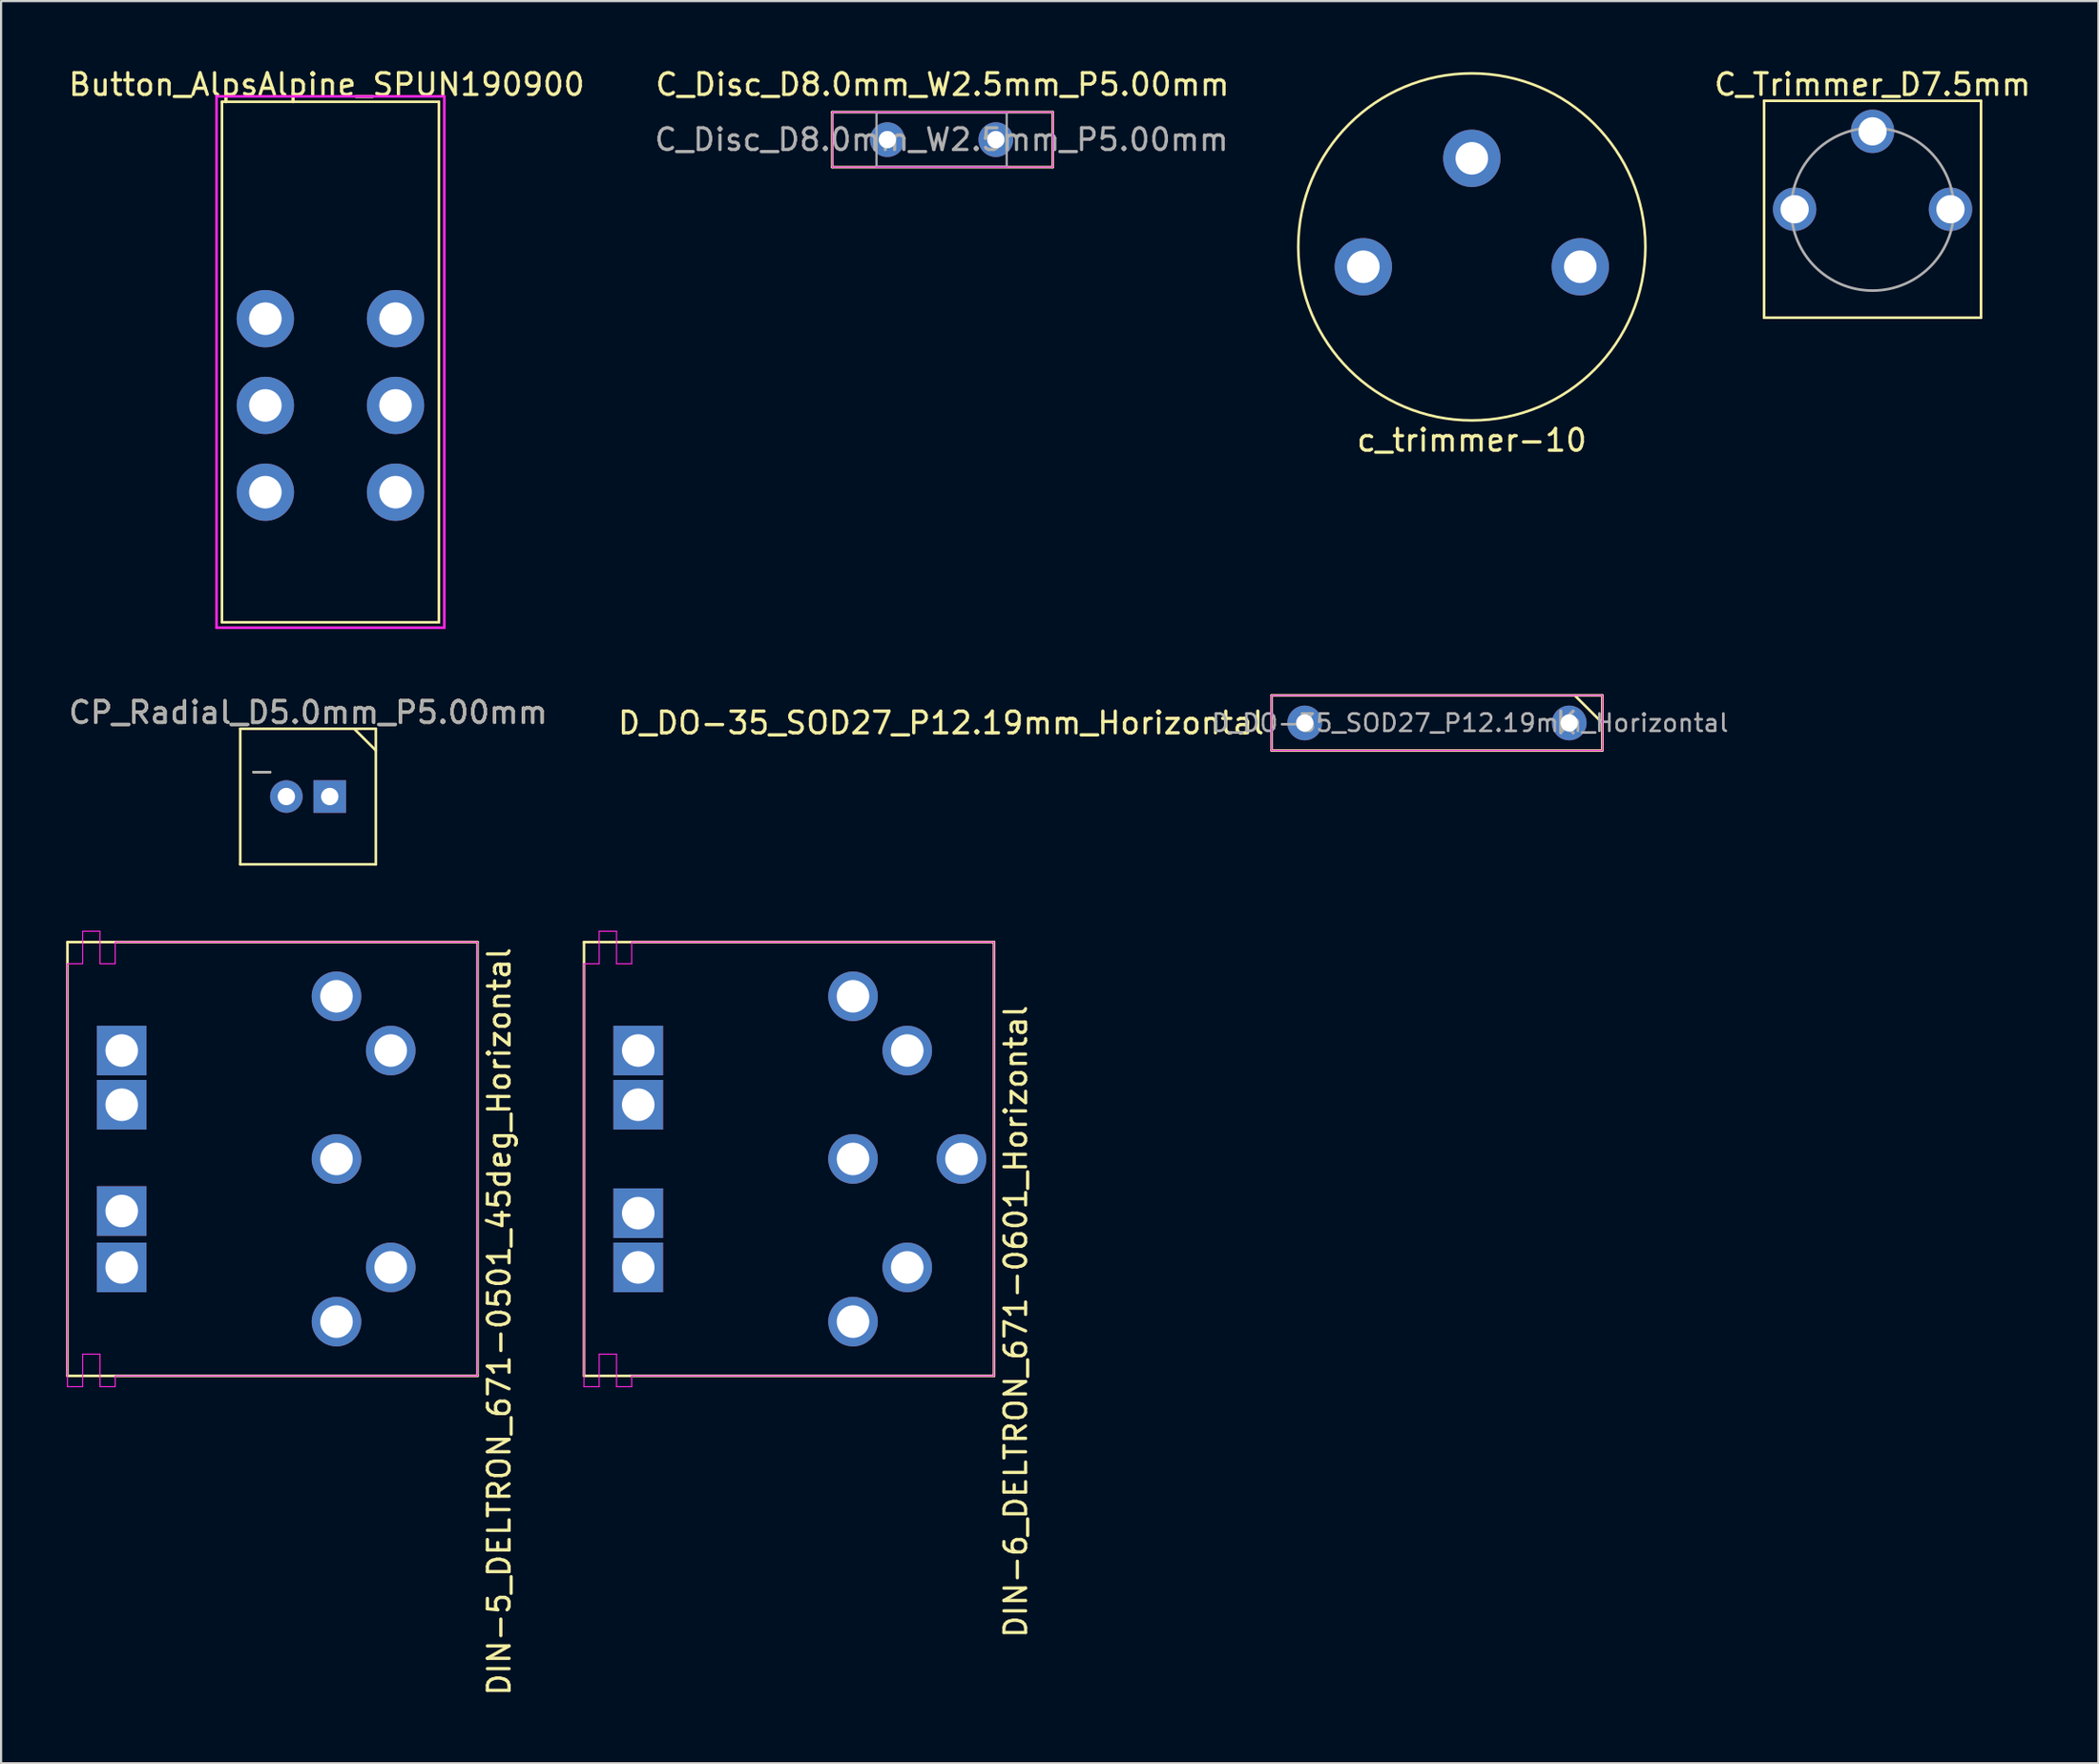
<source format=kicad_pcb>
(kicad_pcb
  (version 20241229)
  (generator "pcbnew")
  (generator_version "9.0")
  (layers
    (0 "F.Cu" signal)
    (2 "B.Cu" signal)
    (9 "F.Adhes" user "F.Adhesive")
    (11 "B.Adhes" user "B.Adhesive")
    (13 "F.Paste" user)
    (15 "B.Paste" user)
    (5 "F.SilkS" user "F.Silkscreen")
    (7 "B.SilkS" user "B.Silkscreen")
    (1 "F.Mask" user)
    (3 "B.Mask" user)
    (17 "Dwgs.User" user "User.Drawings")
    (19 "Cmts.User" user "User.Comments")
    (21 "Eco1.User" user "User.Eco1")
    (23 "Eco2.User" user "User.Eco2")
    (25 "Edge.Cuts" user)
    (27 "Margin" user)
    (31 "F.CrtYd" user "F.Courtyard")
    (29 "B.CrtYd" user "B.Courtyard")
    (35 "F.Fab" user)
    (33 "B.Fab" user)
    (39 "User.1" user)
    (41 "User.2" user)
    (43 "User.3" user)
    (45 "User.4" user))
  (footprint "D_DO-35_SOD27_P12.19mm_Horizontal"
    (layer "F.Cu")
    (at 57.088 30.283)
    (property "Reference" "D_DO-35_SOD27_P12.19mm_Horizontal" (at -1.778 0 0) (layer "F.SilkS") (effects (font (size 1 1) (thickness 0.15)) (justify right)))
    (attr through_hole)
    (fp_line (start -1.524 -1.27) (end -1.524 1.27) (stroke (width 0.12) (type solid)) (layer "F.SilkS"))
    (fp_line (start -1.524 -1.27) (end 13.716 -1.27) (stroke (width 0.12) (type solid)) (layer "F.SilkS"))
    (fp_line (start -1.524 1.27) (end 13.716 1.27) (stroke (width 0.12) (type solid)) (layer "F.SilkS"))
    (fp_line (start 13.716 -1.27) (end 13.716 1.27) (stroke (width 0.12) (type solid)) (layer "F.SilkS"))
    (fp_line (start 13.716 0) (end 12.446 -1.27) (stroke (width 0.12) (type solid)) (layer "F.SilkS"))
    (fp_line (start -1.524 -1.27) (end -1.524 1.27) (stroke (width 0.05) (type solid)) (layer "F.CrtYd"))
    (fp_line (start -1.524 1.27) (end 13.716 1.27) (stroke (width 0.05) (type solid)) (layer "F.CrtYd"))
    (fp_line (start 13.716 -1.27) (end -1.524 -1.27) (stroke (width 0.05) (type solid)) (layer "F.CrtYd"))
    (fp_line (start 13.716 1.27) (end 13.716 -1.27) (stroke (width 0.05) (type solid)) (layer "F.CrtYd"))
    (fp_text user "K" (at 12.065 0 180) (layer "F.Fab") (effects (font (size 1 1) (thickness 0.15))))
    (fp_text user "${REFERENCE}" (at 7.62 0 0) (layer "F.Fab") (effects (font (size 0.8 0.8) (thickness 0.12))))
    (pad "1" thru_hole circle (at 12.192 0) (size 1.6 1.6) (drill 0.8) (layers "*.Cu" "*.Mask"))
    (pad "2" thru_hole circle (at 0 0) (size 1.6 1.6) (drill 0.8) (layers "*.Cu" "*.Mask")))
  (footprint "DIN-5_DELTRON_671-0501_45deg_Horizontal"
    (layer "F.Cu")
    (at 12.46 57.886)
    (property "Reference" "DIN-5_DELTRON_671-0501_45deg_Horizontal" (at 7.5 0 90) (layer "F.SilkS") (effects (font (size 1 1) (thickness 0.15))))
    (attr through_hole)
    (fp_line (start -12.4 -17.5) (end -12.4 2.5) (stroke (width 0.12) (type solid)) (layer "F.SilkS"))
    (fp_line (start -12.4 2.5) (end 6.5 2.5) (stroke (width 0.12) (type solid)) (layer "F.SilkS"))
    (fp_line (start 6.5 -17.5) (end -12.4 -17.5) (stroke (width 0.12) (type solid)) (layer "F.SilkS"))
    (fp_line (start 6.5 2.5) (end 6.5 -17.5) (stroke (width 0.12) (type solid)) (layer "F.SilkS"))
    (fp_line (start -12.4 -16.5) (end -11.7 -16.5) (stroke (width 0.05) (type solid)) (layer "F.CrtYd"))
    (fp_line (start -12.4 3) (end -12.4 -16.5) (stroke (width 0.05) (type solid)) (layer "F.CrtYd"))
    (fp_line (start -12.4 3) (end -11.7 3) (stroke (width 0.05) (type solid)) (layer "F.CrtYd"))
    (fp_line (start -11.7 -18) (end -10.9 -18) (stroke (width 0.05) (type solid)) (layer "F.CrtYd"))
    (fp_line (start -11.7 -16.5) (end -11.7 -18) (stroke (width 0.05) (type solid)) (layer "F.CrtYd"))
    (fp_line (start -11.7 1.5) (end -10.9 1.5) (stroke (width 0.05) (type solid)) (layer "F.CrtYd"))
    (fp_line (start -11.7 3) (end -11.7 1.5) (stroke (width 0.05) (type solid)) (layer "F.CrtYd"))
    (fp_line (start -10.9 -18) (end -10.9 -16.5) (stroke (width 0.05) (type solid)) (layer "F.CrtYd"))
    (fp_line (start -10.9 -16.5) (end -10.2 -16.5) (stroke (width 0.05) (type solid)) (layer "F.CrtYd"))
    (fp_line (start -10.9 1.5) (end -10.9 3) (stroke (width 0.05) (type solid)) (layer "F.CrtYd"))
    (fp_line (start -10.9 3) (end -10.2 3) (stroke (width 0.05) (type solid)) (layer "F.CrtYd"))
    (fp_line (start -10.2 -17.5) (end 6.5 -17.5) (stroke (width 0.05) (type solid)) (layer "F.CrtYd"))
    (fp_line (start -10.2 -16.5) (end -10.2 -17.5) (stroke (width 0.05) (type solid)) (layer "F.CrtYd"))
    (fp_line (start -10.2 3) (end -10.2 2.5) (stroke (width 0.05) (type solid)) (layer "F.CrtYd"))
    (fp_line (start 6.5 -17.5) (end 6.5 2.5) (stroke (width 0.05) (type solid)) (layer "F.CrtYd"))
    (fp_line (start 6.5 2.5) (end -10.2 2.5) (stroke (width 0.05) (type solid)) (layer "F.CrtYd"))
    (pad "" thru_hole rect (at -9.9 -12.5) (size 2.286 2.286) (drill 1.5) (layers "*.Cu" "*.Mask"))
    (pad "" thru_hole rect (at -9.9 -10) (size 2.286 2.286) (drill 1.5) (layers "*.Cu" "*.Mask"))
    (pad "" thru_hole rect (at -9.9 -5.1) (size 2.286 2.286) (drill 1.5) (layers "*.Cu" "*.Mask"))
    (pad "" thru_hole rect (at -9.9 -2.5) (size 2.286 2.286) (drill 1.5) (layers "*.Cu" "*.Mask"))
    (pad "1" thru_hole circle (at 0 0) (size 2.286 2.286) (drill 1.5) (layers "*.Cu" "*.Mask"))
    (pad "2" thru_hole circle (at 0 -7.5) (size 2.286 2.286) (drill 1.5) (layers "*.Cu" "*.Mask"))
    (pad "3" thru_hole circle (at 0 -15) (size 2.286 2.286) (drill 1.5) (layers "*.Cu" "*.Mask"))
    (pad "4" thru_hole circle (at 2.5 -2.5) (size 2.286 2.286) (drill 1.5) (layers "*.Cu" "*.Mask"))
    (pad "5" thru_hole circle (at 2.5 -12.5 90) (size 2.286 2.286) (drill 1.5) (layers "*.Cu" "*.Mask")))
  (footprint "c_trimmer-10"
    (layer "F.Cu")
    (at 64.79 0.25)
    (property "Reference" "c_trimmer-10" (at 0 17 0) (layer "F.SilkS") (effects (font (size 1 1) (thickness 0.15))))
    (attr through_hole)
    (fp_circle (center 0 8.083) (end 8 8.083) (stroke (width 0.12) (type solid)) (fill no) (layer "F.SilkS"))
    (pad "1" thru_hole circle (at 0 4) (size 2.643 2.643) (drill 1.5) (layers "*.Cu" "*.Mask"))
    (pad "2" thru_hole circle (at -5 9) (size 2.643 2.643) (drill 1.5) (layers "*.Cu" "*.Mask"))
    (pad "3" thru_hole circle (at 5 9) (size 2.643 2.643) (drill 1.5) (layers "*.Cu" "*.Mask")))
  (footprint "DIN-6_DELTRON_671-0601_Horizontal"
    (layer "F.Cu")
    (at 36.268 57.886)
    (property "Reference" "DIN-6_DELTRON_671-0601_Horizontal" (at 7.5 0 90) (layer "F.SilkS") (effects (font (size 1 1) (thickness 0.15))))
    (attr through_hole)
    (fp_line (start -12.4 -17.5) (end -12.4 2.5) (stroke (width 0.12) (type solid)) (layer "F.SilkS"))
    (fp_line (start -12.4 2.5) (end 6.5 2.5) (stroke (width 0.12) (type solid)) (layer "F.SilkS"))
    (fp_line (start 6.5 -17.5) (end -12.4 -17.5) (stroke (width 0.12) (type solid)) (layer "F.SilkS"))
    (fp_line (start 6.5 2.5) (end 6.5 -17.5) (stroke (width 0.12) (type solid)) (layer "F.SilkS"))
    (fp_line (start -12.4 -16.5) (end -11.7 -16.5) (stroke (width 0.05) (type solid)) (layer "F.CrtYd"))
    (fp_line (start -12.4 3) (end -12.4 -16.5) (stroke (width 0.05) (type solid)) (layer "F.CrtYd"))
    (fp_line (start -12.4 3) (end -11.7 3) (stroke (width 0.05) (type solid)) (layer "F.CrtYd"))
    (fp_line (start -11.7 -18) (end -10.9 -18) (stroke (width 0.05) (type solid)) (layer "F.CrtYd"))
    (fp_line (start -11.7 -16.5) (end -11.7 -18) (stroke (width 0.05) (type solid)) (layer "F.CrtYd"))
    (fp_line (start -11.7 1.5) (end -10.9 1.5) (stroke (width 0.05) (type solid)) (layer "F.CrtYd"))
    (fp_line (start -11.7 3) (end -11.7 1.5) (stroke (width 0.05) (type solid)) (layer "F.CrtYd"))
    (fp_line (start -10.9 -18) (end -10.9 -16.5) (stroke (width 0.05) (type solid)) (layer "F.CrtYd"))
    (fp_line (start -10.9 -16.5) (end -10.2 -16.5) (stroke (width 0.05) (type solid)) (layer "F.CrtYd"))
    (fp_line (start -10.9 1.5) (end -10.9 3) (stroke (width 0.05) (type solid)) (layer "F.CrtYd"))
    (fp_line (start -10.9 3) (end -10.2 3) (stroke (width 0.05) (type solid)) (layer "F.CrtYd"))
    (fp_line (start -10.2 -17.5) (end 6.5 -17.5) (stroke (width 0.05) (type solid)) (layer "F.CrtYd"))
    (fp_line (start -10.2 -16.5) (end -10.2 -17.5) (stroke (width 0.05) (type solid)) (layer "F.CrtYd"))
    (fp_line (start -10.2 3) (end -10.2 2.5) (stroke (width 0.05) (type solid)) (layer "F.CrtYd"))
    (fp_line (start 6.5 -17.5) (end 6.5 2.5) (stroke (width 0.05) (type solid)) (layer "F.CrtYd"))
    (fp_line (start 6.5 2.5) (end -10.2 2.5) (stroke (width 0.05) (type solid)) (layer "F.CrtYd"))
    (pad "" thru_hole rect (at -9.9 -12.5) (size 2.286 2.286) (drill 1.5) (layers "*.Cu" "*.Mask"))
    (pad "" thru_hole rect (at -9.9 -10) (size 2.286 2.286) (drill 1.5) (layers "*.Cu" "*.Mask"))
    (pad "" thru_hole rect (at -9.9 -5) (size 2.286 2.286) (drill 1.5) (layers "*.Cu" "*.Mask"))
    (pad "" thru_hole rect (at -9.9 -2.5) (size 2.286 2.286) (drill 1.5) (layers "*.Cu" "*.Mask"))
    (pad "1" thru_hole circle (at 0 0) (size 2.286 2.286) (drill 1.5) (layers "*.Cu" "*.Mask"))
    (pad "2" thru_hole circle (at 2.5 -2.5) (size 2.286 2.286) (drill 1.5) (layers "*.Cu" "*.Mask"))
    (pad "3" thru_hole circle (at 0 -7.5) (size 2.286 2.286) (drill 1.5) (layers "*.Cu" "*.Mask"))
    (pad "4" thru_hole circle (at 2.5 -12.5 90) (size 2.286 2.286) (drill 1.5) (layers "*.Cu" "*.Mask"))
    (pad "5" thru_hole circle (at 0 -15) (size 2.286 2.286) (drill 1.5) (layers "*.Cu" "*.Mask"))
    (pad "6" thru_hole circle (at 5 -7.5) (size 2.286 2.286) (drill 1.5) (layers "*.Cu" "*.Mask")))
  (footprint "CP_Radial_D5.0mm_P5.00mm"
    (layer "F.Cu")
    (at 12.149 33.676)
    (property "Reference" "CP_Radial_D5.0mm_P5.00mm" (at -1 -3.875 0) (layer "F.SilkS") (effects (font (size 1 1) (thickness 0.15))))
    (attr through_hole)
    (fp_line (start -4.125 -3.125) (end 2.125 -3.125) (stroke (width 0.12) (type solid)) (layer "F.SilkS"))
    (fp_line (start -4.125 3.125) (end -4.125 -3.125) (stroke (width 0.12) (type solid)) (layer "F.SilkS"))
    (fp_line (start -3.512 -1.125) (end -2.75 -1.125) (stroke (width 0.12) (type solid)) (layer "F.SilkS"))
    (fp_line (start 1.125 -3.125) (end 2.125 -2.125) (stroke (width 0.12) (type solid)) (layer "F.SilkS"))
    (fp_line (start 2.125 -3.125) (end 2.125 3.125) (stroke (width 0.12) (type solid)) (layer "F.SilkS"))
    (fp_line (start 2.125 3.125) (end -4.125 3.125) (stroke (width 0.12) (type solid)) (layer "F.SilkS"))
    (fp_line (start -3.512 -1.125) (end -2.75 -1.125) (stroke (width 0.12) (type solid)) (layer "F.Fab"))
    (fp_text user "${REFERENCE}" (at -1 -3.875 180) (layer "F.Fab") (effects (font (size 1 1) (thickness 0.15))))
    (pad "1" thru_hole rect (at 0 0 180) (size 1.5 1.5) (drill 0.8) (layers "*.Cu" "*.Mask"))
    (pad "2" thru_hole circle (at -2 0) (size 1.5 1.5) (drill 0.8) (layers "*.Cu" "*.Mask")))
  (footprint "Button_AlpsAlpine_SPUN190900"
    (layer "F.Cu")
    (at 15.181 11.643)
    (property "Reference" "Button_AlpsAlpine_SPUN190900" (at -3.175 -10.795 0) (layer "F.SilkS") (effects (font (size 1 1) (thickness 0.15))))
    (attr through_hole)
    (fp_line (start -8 -10) (end -8 14) (stroke (width 0.12) (type solid)) (layer "F.SilkS"))
    (fp_line (start -8 -10) (end 2 -10) (stroke (width 0.12) (type solid)) (layer "F.SilkS"))
    (fp_line (start -8 14) (end 2 14) (stroke (width 0.12) (type solid)) (layer "F.SilkS"))
    (fp_line (start 2 -10) (end 2 14) (stroke (width 0.12) (type solid)) (layer "F.SilkS"))
    (fp_line (start -8.25 -10.25) (end 2.25 -10.25) (stroke (width 0.12) (type solid)) (layer "F.CrtYd"))
    (fp_line (start -8.25 14.25) (end -8.25 -10.25) (stroke (width 0.12) (type solid)) (layer "F.CrtYd"))
    (fp_line (start 2.25 -10.25) (end 2.25 14.25) (stroke (width 0.12) (type solid)) (layer "F.CrtYd"))
    (fp_line (start 2.25 14.25) (end -8.25 14.25) (stroke (width 0.12) (type solid)) (layer "F.CrtYd"))
    (pad "1" thru_hole circle (at 0 0) (size 2.643 2.643) (drill 1.5) (layers "*.Cu" "*.Mask"))
    (pad "2" thru_hole circle (at 0 4) (size 2.643 2.643) (drill 1.5) (layers "*.Cu" "*.Mask"))
    (pad "3" thru_hole circle (at 0 8) (size 2.643 2.643) (drill 1.5) (layers "*.Cu" "*.Mask"))
    (pad "4" thru_hole circle (at -6 0) (size 2.643 2.643) (drill 1.5) (layers "*.Cu" "*.Mask"))
    (pad "5" thru_hole circle (at -6 4) (size 2.643 2.643) (drill 1.5) (layers "*.Cu" "*.Mask"))
    (pad "6" thru_hole circle (at -6 8) (size 2.643 2.643) (drill 1.5) (layers "*.Cu" "*.Mask")))
  (footprint "C_Disc_D8.0mm_W2.5mm_P5.00mm"
    (layer "F.Cu")
    (at 37.851 3.388)
    (property "Reference" "C_Disc_D8.0mm_W2.5mm_P5.00mm" (at 2.54 -2.54 0) (layer "F.SilkS") (effects (font (size 1 1) (thickness 0.15))))
    (attr through_hole)
    (fp_line (start -2.54 -1.27) (end -2.54 1.27) (stroke (width 0.12) (type solid)) (layer "F.SilkS"))
    (fp_line (start -2.54 1.27) (end 7.62 1.27) (stroke (width 0.12) (type solid)) (layer "F.SilkS"))
    (fp_line (start 7.62 -1.27) (end -2.54 -1.27) (stroke (width 0.12) (type solid)) (layer "F.SilkS"))
    (fp_line (start 7.62 1.27) (end 7.62 -1.27) (stroke (width 0.12) (type solid)) (layer "F.SilkS"))
    (fp_line (start -2.54 -1.27) (end -2.54 1.27) (stroke (width 0.05) (type solid)) (layer "F.CrtYd"))
    (fp_line (start -2.54 1.27) (end 7.62 1.27) (stroke (width 0.05) (type solid)) (layer "F.CrtYd"))
    (fp_line (start 7.62 -1.27) (end -2.54 -1.27) (stroke (width 0.05) (type solid)) (layer "F.CrtYd"))
    (fp_line (start 7.62 1.27) (end 7.62 -1.27) (stroke (width 0.05) (type solid)) (layer "F.CrtYd"))
    (fp_line (start -0.5 -1.25) (end -0.5 1.25) (stroke (width 0.1) (type solid)) (layer "F.Fab"))
    (fp_line (start -0.5 1.25) (end 5.5 1.25) (stroke (width 0.1) (type solid)) (layer "F.Fab"))
    (fp_line (start 5.5 -1.25) (end -0.5 -1.25) (stroke (width 0.1) (type solid)) (layer "F.Fab"))
    (fp_line (start 5.5 1.25) (end 5.5 -1.25) (stroke (width 0.1) (type solid)) (layer "F.Fab"))
    (fp_text user "${REFERENCE}" (at 2.5 0 0) (layer "F.Fab") (effects (font (size 1 1) (thickness 0.15))))
    (pad "1" thru_hole circle (at 0 0) (size 1.6 1.6) (drill 0.8) (layers "*.Cu" "*.Mask"))
    (pad "2" thru_hole circle (at 5 0) (size 1.6 1.6) (drill 0.8) (layers "*.Cu" "*.Mask")))
  (footprint "C_Trimmer_D7.5mm"
    (layer "F.Cu")
    (at 83.261 6.598)
    (property "Reference" "C_Trimmer_D7.5mm" (at 0 -5.75 0) (layer "F.SilkS") (effects (font (size 1 1) (thickness 0.15))))
    (attr through_hole)
    (fp_line (start -5 -5) (end 5 -5) (stroke (width 0.12) (type solid)) (layer "F.SilkS"))
    (fp_line (start -5 5) (end -5 -5) (stroke (width 0.12) (type solid)) (layer "F.SilkS"))
    (fp_line (start 5 -5) (end 5 5) (stroke (width 0.12) (type solid)) (layer "F.SilkS"))
    (fp_line (start 5 5) (end -5 5) (stroke (width 0.12) (type solid)) (layer "F.SilkS"))
    (fp_circle (center 0 0) (end 3.75 0) (stroke (width 0.12) (type solid)) (fill no) (layer "F.Fab"))
    (pad "1" thru_hole circle (at 0 -3.592) (size 2 2) (drill 1.3) (layers "*.Cu" "*.Mask"))
    (pad "2" thru_hole circle (at -3.592 0) (size 2 2) (drill 1.3) (layers "*.Cu" "*.Mask"))
    (pad "3" thru_hole circle (at 3.592 0) (size 2 2) (drill 1.3) (layers "*.Cu" "*.Mask")))
  (gr_rect
    (start -3 -3)
    (end 93.672 78.25)
    (stroke (width 0.1) (type default))
    (fill no)
    (layer "Edge.Cuts")))
</source>
